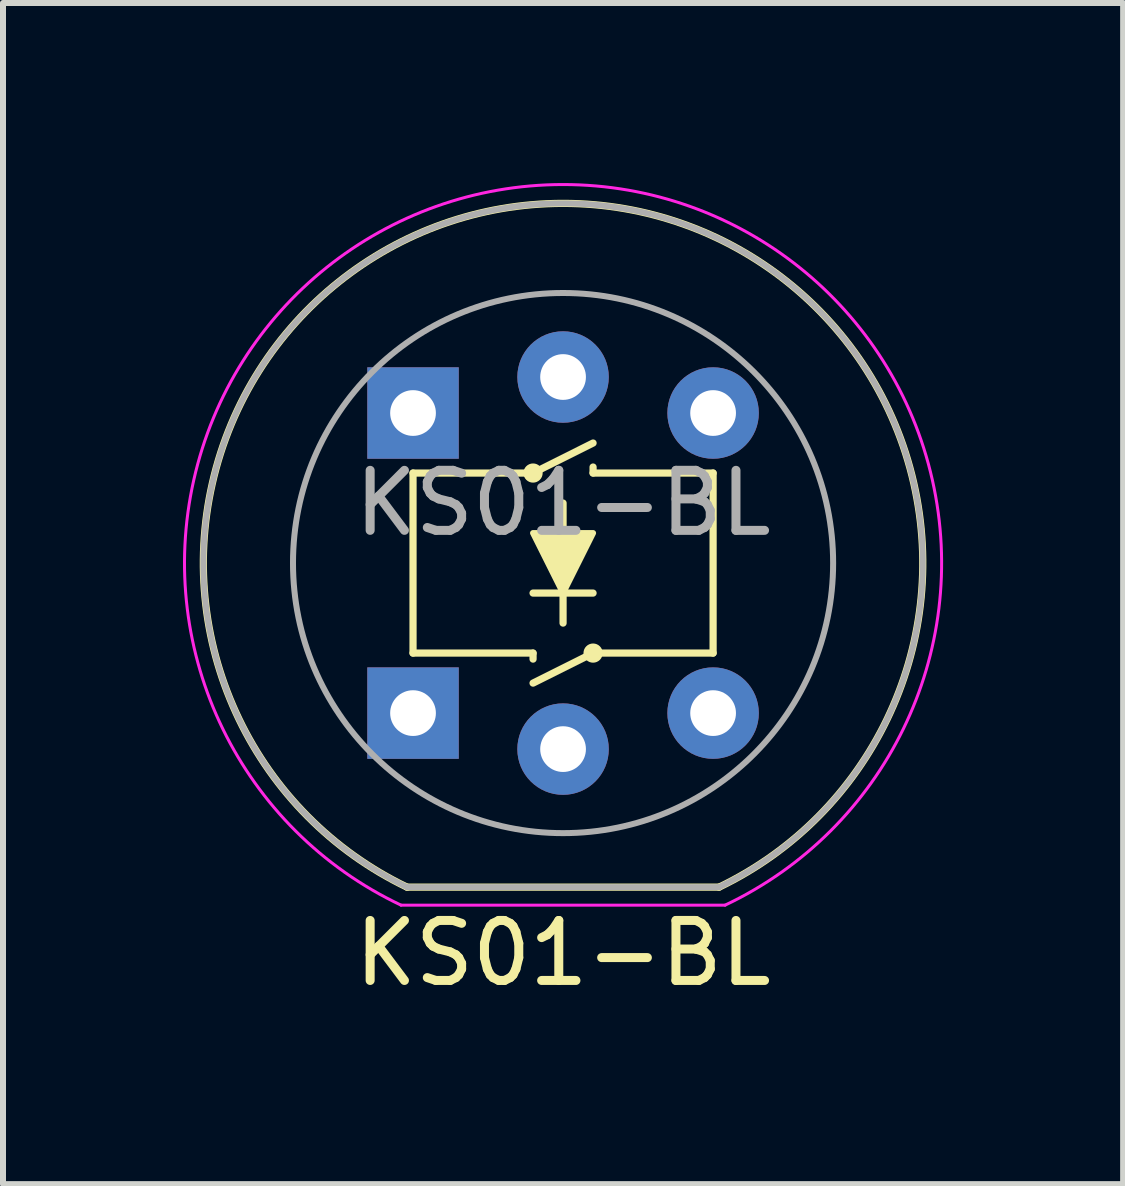
<source format=kicad_pcb>
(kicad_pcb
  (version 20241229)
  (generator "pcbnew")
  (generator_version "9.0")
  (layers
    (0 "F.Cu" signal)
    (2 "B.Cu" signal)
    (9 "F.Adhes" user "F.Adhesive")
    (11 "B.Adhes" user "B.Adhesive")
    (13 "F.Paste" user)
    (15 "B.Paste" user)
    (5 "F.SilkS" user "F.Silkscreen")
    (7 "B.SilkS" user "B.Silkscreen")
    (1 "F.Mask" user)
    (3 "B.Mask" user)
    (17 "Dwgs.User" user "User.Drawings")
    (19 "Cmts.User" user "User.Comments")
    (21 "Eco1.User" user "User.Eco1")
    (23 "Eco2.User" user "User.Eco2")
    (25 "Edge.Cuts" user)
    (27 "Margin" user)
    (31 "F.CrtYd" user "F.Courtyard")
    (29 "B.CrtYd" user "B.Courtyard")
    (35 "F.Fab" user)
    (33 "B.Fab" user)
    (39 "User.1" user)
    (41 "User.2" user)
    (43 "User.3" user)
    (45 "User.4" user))
  (footprint "KS01-BL"
    (layer "F.Cu")
    (at 3.832 3.832)
    (property "Reference" "KS01-BL" (at 2.5 9 0) (layer "F.SilkS") (effects (font (size 1 1) (thickness 0.15))))
    (attr through_hole)
    (fp_line (start -0.1 7.9) (end 5.1 7.9) (stroke (width 0.12) (type solid)) (layer "F.SilkS"))
    (fp_line (start 0 1) (end 2 1) (stroke (width 0.12) (type solid)) (layer "F.SilkS"))
    (fp_line (start 0 4) (end 0 1) (stroke (width 0.12) (type solid)) (layer "F.SilkS"))
    (fp_line (start 0 4) (end 2 4) (stroke (width 0.12) (type solid)) (layer "F.SilkS"))
    (fp_line (start 2 1) (end 3 0.5) (stroke (width 0.12) (type solid)) (layer "F.SilkS"))
    (fp_line (start 2 4) (end 2 4.1) (stroke (width 0.12) (type solid)) (layer "F.SilkS"))
    (fp_line (start 2.5 2) (end 2.5 1.5) (stroke (width 0.12) (type solid)) (layer "F.SilkS"))
    (fp_line (start 2.5 3) (end 2.5 3.5) (stroke (width 0.12) (type solid)) (layer "F.SilkS"))
    (fp_line (start 3 1) (end 3 0.9) (stroke (width 0.12) (type solid)) (layer "F.SilkS"))
    (fp_line (start 3 1) (end 5 1) (stroke (width 0.12) (type solid)) (layer "F.SilkS"))
    (fp_line (start 3 3) (end 2 3) (stroke (width 0.12) (type solid)) (layer "F.SilkS"))
    (fp_line (start 3 4) (end 2 4.5) (stroke (width 0.12) (type solid)) (layer "F.SilkS"))
    (fp_line (start 3 4) (end 5 4) (stroke (width 0.12) (type solid)) (layer "F.SilkS"))
    (fp_line (start 5 4) (end 5 1) (stroke (width 0.12) (type solid)) (layer "F.SilkS"))
    (fp_arc (start -0.1 7.899999) (mid 2.5 -3.493329) (end 5.099999 7.899999) (stroke (width 0.12) (type solid)) (layer "F.SilkS"))
    (fp_circle (center 2 1) (end 1.9 1) (stroke (width 0.12) (type solid)) (fill no) (layer "F.SilkS"))
    (fp_circle (center 3 4) (end 3.1 4) (stroke (width 0.12) (type solid)) (fill no) (layer "F.SilkS"))
    (fp_poly (pts (xy 2.5 3) (xy 3 2) (xy 2 2)) (stroke (width 0.1) (type solid)) (fill yes) (layer "F.SilkS"))
    (fp_line (start -0.2 8.2) (end 5.2 8.2) (stroke (width 0.05) (type solid)) (layer "F.CrtYd"))
    (fp_arc (start -0.2 8.2) (mid 2.5 -3.807139) (end 5.2 8.2) (stroke (width 0.05) (type solid)) (layer "F.CrtYd"))
    (fp_line (start -0.1 7.9) (end 5.1 7.9) (stroke (width 0.1) (type solid)) (layer "F.Fab"))
    (fp_arc (start -0.098123 7.900902) (mid 2.498959 -3.493328) (end 5.099999 7.899999) (stroke (width 0.1) (type solid)) (layer "F.Fab"))
    (fp_circle (center 2.5 2.5) (end 7 2.5) (stroke (width 0.1) (type solid)) (fill no) (layer "F.Fab"))
    (fp_text user "${REFERENCE}" (at 2.5 1.5 0) (layer "F.Fab") (effects (font (size 1 1) (thickness 0.15))))
    (pad "1" thru_hole rect (at 0 0) (size 1.524 1.524) (drill 0.762) (layers "*.Cu" "*.Mask"))
    (pad "1" thru_hole rect (at 0 5) (size 1.524 1.524) (drill 0.762) (layers "*.Cu" "*.Mask"))
    (pad "2" thru_hole circle (at 5 0) (size 1.524 1.524) (drill 0.762) (layers "*.Cu" "*.Mask"))
    (pad "2" thru_hole circle (at 5 5) (size 1.524 1.524) (drill 0.762) (layers "*.Cu" "*.Mask"))
    (pad "3" thru_hole circle (at 2.5 5.6) (size 1.524 1.524) (drill 0.762) (layers "*.Cu" "*.Mask"))
    (pad "4" thru_hole circle (at 2.5 -0.6) (size 1.524 1.524) (drill 0.762) (layers "*.Cu" "*.Mask")))
  (gr_rect
    (start -3 -3)
    (end 15.664 16.68)
    (stroke (width 0.1) (type default))
    (fill no)
    (layer "Edge.Cuts")))
</source>
